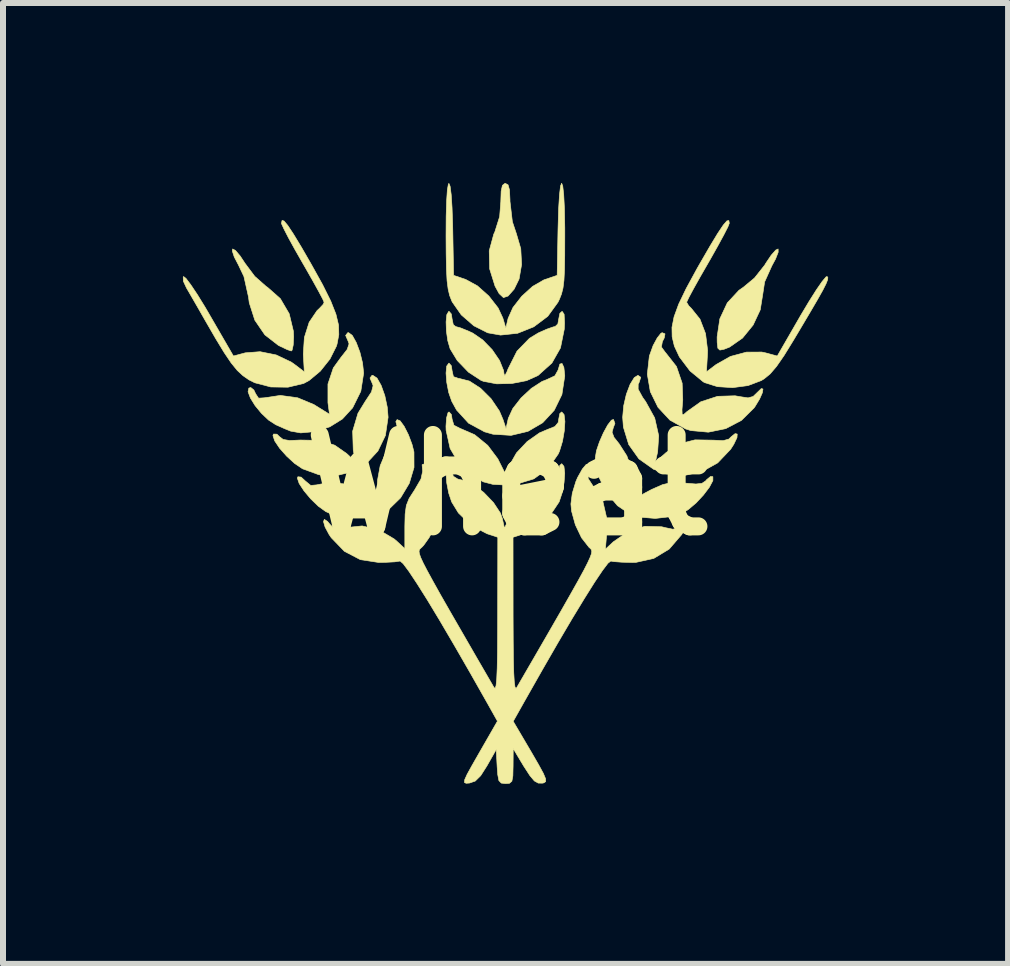
<source format=kicad_pcb>
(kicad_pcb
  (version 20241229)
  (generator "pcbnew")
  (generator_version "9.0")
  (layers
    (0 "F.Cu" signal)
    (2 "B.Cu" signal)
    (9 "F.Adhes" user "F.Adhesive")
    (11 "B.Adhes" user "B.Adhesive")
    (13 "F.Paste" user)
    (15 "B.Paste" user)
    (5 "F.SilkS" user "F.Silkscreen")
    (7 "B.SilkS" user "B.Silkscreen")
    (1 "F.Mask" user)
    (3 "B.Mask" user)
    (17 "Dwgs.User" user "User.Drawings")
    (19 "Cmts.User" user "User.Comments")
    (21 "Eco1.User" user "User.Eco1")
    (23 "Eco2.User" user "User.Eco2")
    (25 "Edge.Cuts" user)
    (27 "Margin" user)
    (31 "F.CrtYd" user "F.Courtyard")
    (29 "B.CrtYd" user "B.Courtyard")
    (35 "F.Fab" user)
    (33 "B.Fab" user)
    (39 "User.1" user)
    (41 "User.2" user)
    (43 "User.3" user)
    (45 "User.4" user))
  (footprint "Wheat"
    (layer "F.Cu")
    (at 5.402 5.037)
    (property "Reference" "Wheat" (at 0 0 0) (layer "F.SilkS") (effects (font (size 1.524 1.524) (thickness 0.3))))
    (attr through_hole)
    (fp_poly (pts (xy 0.019 -5.005) (xy 0.043 -4.921) (xy 0.051 -4.758) (xy 0.051 -4.731) (xy 0.091 -4.39) (xy 0.158 -4.19) (xy 0.231 -3.941) (xy 0.245 -3.677) (xy 0.203 -3.435) (xy 0.12 -3.265) (xy 0.019 -3.151) (xy -0.058 -3.125) (xy -0.13 -3.192) (xy -0.198 -3.316) (xy -0.288 -3.604) (xy -0.295 -3.905) (xy -0.219 -4.184) (xy -0.203 -4.216) (xy -0.121 -4.476) (xy -0.102 -4.722) (xy -0.096 -4.9) (xy -0.075 -4.996) (xy -0.035 -5.028) (xy -0.025 -5.029) (xy 0.019 -5.005)) (stroke (width 0.01) (type solid)) (fill yes) (layer "F.SilkS"))
    (fp_poly (pts (xy 4.523 -3.882) (xy 4.479 -3.769) (xy 4.417 -3.654) (xy 4.297 -3.387) (xy 4.267 -3.189) (xy 4.224 -2.921) (xy 4.105 -2.667) (xy 3.929 -2.451) (xy 3.713 -2.3) (xy 3.619 -2.263) (xy 3.551 -2.25) (xy 3.517 -2.281) (xy 3.506 -2.378) (xy 3.505 -2.47) (xy 3.55 -2.771) (xy 3.675 -3.038) (xy 3.87 -3.248) (xy 3.94 -3.296) (xy 4.128 -3.452) (xy 4.297 -3.665) (xy 4.316 -3.697) (xy 4.407 -3.832) (xy 4.483 -3.918) (xy 4.522 -3.936) (xy 4.523 -3.882)) (stroke (width 0.01) (type solid)) (fill yes) (layer "F.SilkS"))
    (fp_poly (pts (xy -4.526 -3.911) (xy -4.447 -3.818) (xy -4.367 -3.697) (xy -4.204 -3.479) (xy -4.016 -3.313) (xy -3.991 -3.296) (xy -3.778 -3.108) (xy -3.63 -2.856) (xy -3.56 -2.565) (xy -3.556 -2.473) (xy -3.563 -2.334) (xy -3.582 -2.248) (xy -3.595 -2.235) (xy -3.661 -2.257) (xy -3.777 -2.312) (xy -3.811 -2.329) (xy -4.036 -2.504) (xy -4.203 -2.748) (xy -4.296 -3.039) (xy -4.308 -3.132) (xy -4.385 -3.477) (xy -4.475 -3.666) (xy -4.546 -3.803) (xy -4.579 -3.903) (xy -4.573 -3.936) (xy -4.526 -3.911)) (stroke (width 0.01) (type solid)) (fill yes) (layer "F.SilkS"))
    (fp_poly (pts (xy 2.232 -1.796) (xy 2.202 -1.704) (xy 2.189 -1.682) (xy 2.188 -1.598) (xy 2.263 -1.461) (xy 2.314 -1.39) (xy 2.464 -1.118) (xy 2.531 -0.821) (xy 2.513 -0.553) (xy 2.476 -0.385) (xy 2.659 -0.545) (xy 2.879 -0.688) (xy 3.136 -0.753) (xy 3.443 -0.748) (xy 3.605 -0.74) (xy 3.7 -0.766) (xy 3.74 -0.805) (xy 3.805 -0.857) (xy 3.84 -0.85) (xy 3.836 -0.79) (xy 3.783 -0.679) (xy 3.73 -0.596) (xy 3.514 -0.369) (xy 3.25 -0.222) (xy 2.957 -0.159) (xy 2.655 -0.186) (xy 2.445 -0.263) (xy 2.201 -0.436) (xy 2.031 -0.675) (xy 1.942 -0.966) (xy 1.93 -1.13) (xy 1.947 -1.321) (xy 1.991 -1.512) (xy 2.054 -1.678) (xy 2.124 -1.792) (xy 2.185 -1.829) (xy 2.232 -1.796)) (stroke (width 0.01) (type solid)) (fill yes) (layer "F.SilkS"))
    (fp_poly (pts (xy -2.166 -1.783) (xy -2.097 -1.661) (xy -2.036 -1.491) (xy -1.995 -1.298) (xy -1.981 -1.13) (xy -2.026 -0.826) (xy -2.151 -0.567) (xy -2.339 -0.363) (xy -2.576 -0.223) (xy -2.846 -0.156) (xy -3.134 -0.171) (xy -3.408 -0.271) (xy -3.54 -0.36) (xy -3.673 -0.482) (xy -3.79 -0.614) (xy -3.872 -0.736) (xy -3.901 -0.825) (xy -3.891 -0.85) (xy -3.835 -0.848) (xy -3.793 -0.807) (xy -3.732 -0.76) (xy -3.624 -0.742) (xy -3.447 -0.75) (xy -3.13 -0.744) (xy -2.871 -0.664) (xy -2.672 -0.525) (xy -2.525 -0.389) (xy -2.562 -0.581) (xy -2.572 -0.898) (xy -2.483 -1.197) (xy -2.363 -1.393) (xy -2.258 -1.552) (xy -2.231 -1.656) (xy -2.24 -1.682) (xy -2.283 -1.784) (xy -2.25 -1.828) (xy -2.236 -1.829) (xy -2.166 -1.783)) (stroke (width 0.01) (type solid)) (fill yes) (layer "F.SilkS"))
    (fp_poly (pts (xy -0.927 -1.989) (xy -0.914 -1.905) (xy -0.892 -1.807) (xy -0.81 -1.778) (xy -0.8 -1.778) (xy -0.625 -1.733) (xy -0.439 -1.613) (xy -0.265 -1.44) (xy -0.126 -1.235) (xy -0.065 -1.092) (xy -0.015 -0.94) (xy 0.023 -1.112) (xy 0.098 -1.275) (xy 0.236 -1.452) (xy 0.408 -1.612) (xy 0.586 -1.727) (xy 0.661 -1.756) (xy 0.8 -1.821) (xy 0.854 -1.919) (xy 0.854 -1.919) (xy 0.883 -2.017) (xy 0.919 -2.027) (xy 0.95 -1.96) (xy 0.964 -1.828) (xy 0.964 -1.816) (xy 0.917 -1.509) (xy 0.789 -1.246) (xy 0.596 -1.038) (xy 0.351 -0.895) (xy 0.07 -0.828) (xy -0.232 -0.847) (xy -0.373 -0.887) (xy -0.639 -1.031) (xy -0.84 -1.251) (xy -0.92 -1.397) (xy -0.971 -1.544) (xy -1.003 -1.71) (xy -1.015 -1.866) (xy -1.004 -1.983) (xy -0.968 -2.032) (xy -0.965 -2.032) (xy -0.927 -1.989)) (stroke (width 0.01) (type solid)) (fill yes) (layer "F.SilkS"))
    (fp_poly (pts (xy 0.953 -1.175) (xy 0.967 -1.06) (xy 0.957 -0.903) (xy 0.927 -0.73) (xy 0.878 -0.568) (xy 0.856 -0.518) (xy 0.685 -0.273) (xy 0.449 -0.103) (xy 0.156 -0.013) (xy -0.025 0) (xy -0.233 -0.011) (xy -0.391 -0.052) (xy -0.553 -0.138) (xy -0.567 -0.147) (xy -0.795 -0.349) (xy -0.947 -0.61) (xy -1.014 -0.912) (xy -1.016 -0.981) (xy -1.006 -1.121) (xy -0.982 -1.206) (xy -0.965 -1.219) (xy -0.926 -1.176) (xy -0.914 -1.098) (xy -0.884 -0.997) (xy -0.779 -0.943) (xy -0.775 -0.942) (xy -0.538 -0.839) (xy -0.32 -0.661) (xy -0.152 -0.437) (xy -0.137 -0.407) (xy -0.016 -0.165) (xy 0.047 -0.337) (xy 0.16 -0.536) (xy 0.338 -0.725) (xy 0.544 -0.87) (xy 0.669 -0.923) (xy 0.801 -0.976) (xy 0.856 -1.044) (xy 0.864 -1.1) (xy 0.882 -1.192) (xy 0.914 -1.219) (xy 0.953 -1.175)) (stroke (width 0.01) (type solid)) (fill yes) (layer "F.SilkS"))
    (fp_poly (pts (xy 2.636 -2.521) (xy 2.623 -2.452) (xy 2.592 -2.391) (xy 2.576 -2.301) (xy 2.642 -2.21) (xy 2.649 -2.203) (xy 2.827 -1.976) (xy 2.922 -1.698) (xy 2.932 -1.418) (xy 2.919 -1.257) (xy 2.922 -1.181) (xy 2.946 -1.174) (xy 2.997 -1.219) (xy 3 -1.222) (xy 3.233 -1.388) (xy 3.512 -1.479) (xy 3.804 -1.488) (xy 3.884 -1.474) (xy 4.021 -1.453) (xy 4.106 -1.477) (xy 4.171 -1.54) (xy 4.241 -1.608) (xy 4.269 -1.601) (xy 4.259 -1.538) (xy 4.213 -1.434) (xy 4.136 -1.307) (xy 4.121 -1.286) (xy 3.911 -1.078) (xy 3.648 -0.94) (xy 3.358 -0.881) (xy 3.066 -0.908) (xy 2.98 -0.935) (xy 2.718 -1.082) (xy 2.519 -1.296) (xy 2.391 -1.557) (xy 2.341 -1.848) (xy 2.375 -2.151) (xy 2.437 -2.324) (xy 2.506 -2.452) (xy 2.567 -2.529) (xy 2.588 -2.54) (xy 2.636 -2.521)) (stroke (width 0.01) (type solid)) (fill yes) (layer "F.SilkS"))
    (fp_poly (pts (xy -2.578 -2.494) (xy -2.512 -2.376) (xy -2.451 -2.214) (xy -2.407 -2.035) (xy -2.389 -1.868) (xy -2.389 -1.865) (xy -2.436 -1.563) (xy -2.572 -1.288) (xy -2.743 -1.101) (xy -2.952 -0.971) (xy -3.196 -0.891) (xy -3.438 -0.869) (xy -3.607 -0.899) (xy -3.703 -0.938) (xy -3.837 -0.998) (xy -3.854 -1.005) (xy -3.974 -1.083) (xy -4.093 -1.196) (xy -4.199 -1.325) (xy -4.277 -1.451) (xy -4.316 -1.555) (xy -4.303 -1.616) (xy -4.271 -1.626) (xy -4.219 -1.584) (xy -4.19 -1.522) (xy -4.141 -1.448) (xy -4.047 -1.454) (xy -3.777 -1.494) (xy -3.488 -1.454) (xy -3.217 -1.341) (xy -3.203 -1.332) (xy -2.958 -1.18) (xy -2.984 -1.374) (xy -2.984 -1.684) (xy -2.894 -1.953) (xy -2.769 -2.126) (xy -2.663 -2.261) (xy -2.632 -2.353) (xy -2.644 -2.39) (xy -2.689 -2.494) (xy -2.655 -2.539) (xy -2.639 -2.54) (xy -2.578 -2.494)) (stroke (width 0.01) (type solid)) (fill yes) (layer "F.SilkS"))
    (fp_poly (pts (xy -1.78 -1.07) (xy -1.713 -0.978) (xy -1.642 -0.838) (xy -1.582 -0.678) (xy -1.55 -0.552) (xy -1.549 -0.293) (xy -1.628 -0.028) (xy -1.773 0.214) (xy -1.969 0.405) (xy -2.118 0.49) (xy -2.367 0.551) (xy -2.645 0.551) (xy -2.907 0.494) (xy -3.02 0.443) (xy -3.145 0.353) (xy -3.272 0.23) (xy -3.384 0.096) (xy -3.464 -0.026) (xy -3.494 -0.115) (xy -3.485 -0.138) (xy -3.431 -0.132) (xy -3.362 -0.068) (xy -3.271 0.007) (xy -3.175 -0.002) (xy -2.973 -0.041) (xy -2.736 -0.021) (xy -2.502 0.047) (xy -2.31 0.155) (xy -2.242 0.221) (xy -2.159 0.297) (xy -2.119 0.282) (xy -2.127 0.181) (xy -2.138 0.14) (xy -2.158 -0.077) (xy -2.113 -0.322) (xy -2.014 -0.556) (xy -1.921 -0.689) (xy -1.829 -0.807) (xy -1.804 -0.89) (xy -1.826 -0.96) (xy -1.852 -1.057) (xy -1.831 -1.091) (xy -1.78 -1.07)) (stroke (width 0.01) (type solid)) (fill yes) (layer "F.SilkS"))
    (fp_poly (pts (xy 0.954 -2.847) (xy 0.961 -2.701) (xy 0.956 -2.596) (xy 0.893 -2.286) (xy 0.75 -2.034) (xy 0.52 -1.827) (xy 0.519 -1.826) (xy 0.327 -1.74) (xy 0.083 -1.693) (xy -0.17 -1.687) (xy -0.389 -1.728) (xy -0.432 -1.745) (xy -0.641 -1.882) (xy -0.828 -2.076) (xy -0.947 -2.272) (xy -0.986 -2.406) (xy -1.009 -2.566) (xy -1.014 -2.721) (xy -1.002 -2.841) (xy -0.97 -2.895) (xy -0.965 -2.896) (xy -0.927 -2.852) (xy -0.914 -2.769) (xy -0.894 -2.673) (xy -0.854 -2.642) (xy -0.776 -2.621) (xy -0.645 -2.568) (xy -0.569 -2.533) (xy -0.403 -2.419) (xy -0.246 -2.257) (xy -0.123 -2.077) (xy -0.055 -1.908) (xy -0.049 -1.857) (xy -0.035 -1.822) (xy -0.001 -1.884) (xy 0.019 -1.936) (xy 0.168 -2.232) (xy 0.377 -2.447) (xy 0.524 -2.536) (xy 0.666 -2.599) (xy 0.775 -2.637) (xy 0.803 -2.642) (xy 0.849 -2.685) (xy 0.864 -2.769) (xy 0.883 -2.864) (xy 0.921 -2.896) (xy 0.954 -2.847)) (stroke (width 0.01) (type solid)) (fill yes) (layer "F.SilkS"))
    (fp_poly (pts (xy 1.801 -1.026) (xy 1.775 -0.96) (xy 1.753 -0.88) (xy 1.786 -0.794) (xy 1.87 -0.689) (xy 2 -0.486) (xy 2.083 -0.244) (xy 2.108 -0.003) (xy 2.087 0.14) (xy 2.065 0.258) (xy 2.085 0.305) (xy 2.086 0.305) (xy 2.133 0.267) (xy 2.134 0.258) (xy 2.176 0.212) (xy 2.285 0.142) (xy 2.415 0.073) (xy 2.594 -0.006) (xy 2.738 -0.04) (xy 2.897 -0.04) (xy 2.98 -0.031) (xy 3.151 -0.017) (xy 3.252 -0.028) (xy 3.314 -0.069) (xy 3.329 -0.088) (xy 3.396 -0.143) (xy 3.434 -0.139) (xy 3.434 -0.074) (xy 3.376 0.036) (xy 3.276 0.168) (xy 3.154 0.299) (xy 3.026 0.407) (xy 2.97 0.443) (xy 2.744 0.526) (xy 2.475 0.557) (xy 2.21 0.535) (xy 2.056 0.488) (xy 1.844 0.345) (xy 1.664 0.131) (xy 1.536 -0.126) (xy 1.476 -0.397) (xy 1.474 -0.457) (xy 1.493 -0.572) (xy 1.543 -0.719) (xy 1.609 -0.87) (xy 1.68 -1) (xy 1.742 -1.081) (xy 1.777 -1.093) (xy 1.801 -1.026)) (stroke (width 0.01) (type solid)) (fill yes) (layer "F.SilkS"))
    (fp_poly (pts (xy 0.931 -4.984) (xy 0.947 -4.843) (xy 0.959 -4.61) (xy 0.965 -4.288) (xy 0.965 -4.151) (xy 0.964 -3.827) (xy 0.96 -3.587) (xy 0.951 -3.412) (xy 0.935 -3.284) (xy 0.91 -3.185) (xy 0.875 -3.096) (xy 0.851 -3.047) (xy 0.681 -2.813) (xy 0.448 -2.638) (xy 0.178 -2.53) (xy -0.106 -2.5) (xy -0.321 -2.538) (xy -0.552 -2.655) (xy -0.761 -2.837) (xy -0.91 -3.05) (xy -0.919 -3.068) (xy -0.955 -3.16) (xy -0.98 -3.267) (xy -0.998 -3.407) (xy -1.008 -3.598) (xy -1.013 -3.857) (xy -1.015 -4.153) (xy -1.013 -4.48) (xy -1.005 -4.74) (xy -0.993 -4.922) (xy -0.976 -5.017) (xy -0.967 -5.029) (xy -0.947 -4.981) (xy -0.929 -4.843) (xy -0.915 -4.63) (xy -0.905 -4.355) (xy -0.903 -4.262) (xy -0.889 -3.496) (xy -0.686 -3.427) (xy -0.492 -3.321) (xy -0.302 -3.152) (xy -0.147 -2.953) (xy -0.068 -2.784) (xy -0.018 -2.616) (xy 0.02 -2.779) (xy 0.101 -2.96) (xy 0.247 -3.147) (xy 0.427 -3.311) (xy 0.614 -3.419) (xy 0.635 -3.427) (xy 0.838 -3.496) (xy 0.852 -4.262) (xy 0.862 -4.603) (xy 0.877 -4.843) (xy 0.894 -4.986) (xy 0.913 -5.032) (xy 0.931 -4.984)) (stroke (width 0.01) (type solid)) (fill yes) (layer "F.SilkS"))
    (fp_poly (pts (xy -3.716 -4.402) (xy -3.654 -4.328) (xy -3.559 -4.184) (xy -3.425 -3.963) (xy -3.263 -3.682) (xy -3.074 -3.342) (xy -2.938 -3.069) (xy -2.851 -2.849) (xy -2.807 -2.666) (xy -2.803 -2.506) (xy -2.832 -2.351) (xy -2.844 -2.313) (xy -2.951 -2.1) (xy -3.112 -1.898) (xy -3.298 -1.743) (xy -3.388 -1.694) (xy -3.651 -1.631) (xy -3.937 -1.635) (xy -4.204 -1.705) (xy -4.3 -1.753) (xy -4.4 -1.822) (xy -4.496 -1.911) (xy -4.597 -2.035) (xy -4.713 -2.207) (xy -4.856 -2.442) (xy -5.03 -2.743) (xy -5.143 -2.941) (xy -5.249 -3.125) (xy -5.329 -3.263) (xy -5.342 -3.285) (xy -5.395 -3.399) (xy -5.397 -3.47) (xy -5.391 -3.476) (xy -5.351 -3.445) (xy -5.271 -3.339) (xy -5.16 -3.173) (xy -5.03 -2.962) (xy -4.952 -2.828) (xy -4.56 -2.151) (xy -4.363 -2.204) (xy -4.115 -2.223) (xy -3.847 -2.169) (xy -3.596 -2.05) (xy -3.538 -2.009) (xy -3.378 -1.887) (xy -3.395 -2.182) (xy -3.377 -2.461) (xy -3.297 -2.714) (xy -3.165 -2.909) (xy -3.128 -2.943) (xy -3.062 -3.014) (xy -3.048 -3.047) (xy -3.072 -3.103) (xy -3.139 -3.229) (xy -3.238 -3.408) (xy -3.361 -3.624) (xy -3.404 -3.698) (xy -3.533 -3.924) (xy -3.641 -4.12) (xy -3.718 -4.27) (xy -3.757 -4.355) (xy -3.759 -4.365) (xy -3.749 -4.412) (xy -3.716 -4.402)) (stroke (width 0.01) (type solid)) (fill yes) (layer "F.SilkS"))
    (fp_poly (pts (xy 3.708 -4.365) (xy 3.684 -4.303) (xy 3.617 -4.172) (xy 3.517 -3.988) (xy 3.394 -3.769) (xy 3.353 -3.698) (xy 3.224 -3.474) (xy 3.116 -3.281) (xy 3.038 -3.136) (xy 3 -3.056) (xy 2.997 -3.047) (xy 3.032 -2.988) (xy 3.077 -2.943) (xy 3.219 -2.766) (xy 3.312 -2.524) (xy 3.346 -2.248) (xy 3.344 -2.182) (xy 3.327 -1.887) (xy 3.488 -2.009) (xy 3.727 -2.144) (xy 3.994 -2.216) (xy 4.25 -2.217) (xy 4.311 -2.204) (xy 4.508 -2.151) (xy 4.899 -2.829) (xy 5.037 -3.06) (xy 5.159 -3.253) (xy 5.257 -3.395) (xy 5.321 -3.47) (xy 5.338 -3.477) (xy 5.351 -3.459) (xy 5.347 -3.421) (xy 5.32 -3.354) (xy 5.266 -3.247) (xy 5.177 -3.089) (xy 5.049 -2.87) (xy 4.877 -2.58) (xy 4.778 -2.414) (xy 4.621 -2.159) (xy 4.496 -1.978) (xy 4.39 -1.854) (xy 4.289 -1.771) (xy 4.242 -1.742) (xy 4.02 -1.658) (xy 3.764 -1.624) (xy 3.511 -1.64) (xy 3.3 -1.706) (xy 3.274 -1.72) (xy 3.053 -1.902) (xy 2.876 -2.136) (xy 2.792 -2.316) (xy 2.755 -2.471) (xy 2.752 -2.629) (xy 2.787 -2.805) (xy 2.864 -3.016) (xy 2.989 -3.276) (xy 3.166 -3.601) (xy 3.212 -3.682) (xy 3.385 -3.981) (xy 3.515 -4.196) (xy 3.608 -4.335) (xy 3.668 -4.404) (xy 3.7 -4.41) (xy 3.708 -4.365)) (stroke (width 0.01) (type solid)) (fill yes) (layer "F.SilkS"))
    (fp_poly (pts (xy 0.951 -0.311) (xy 0.964 -0.198) (xy 0.953 -0.043) (xy 0.923 0.124) (xy 0.873 0.274) (xy 0.87 0.282) (xy 0.705 0.529) (xy 0.474 0.722) (xy 0.281 0.812) (xy 0.102 0.871) (xy 0.103 2.176) (xy 0.105 2.585) (xy 0.108 2.9) (xy 0.114 3.13) (xy 0.123 3.283) (xy 0.135 3.368) (xy 0.151 3.391) (xy 0.163 3.378) (xy 0.454 2.876) (xy 0.698 2.454) (xy 0.899 2.105) (xy 1.06 1.822) (xy 1.186 1.598) (xy 1.28 1.426) (xy 1.346 1.297) (xy 1.388 1.205) (xy 1.41 1.143) (xy 1.415 1.102) (xy 1.407 1.076) (xy 1.39 1.057) (xy 1.368 1.038) (xy 1.244 0.879) (xy 1.141 0.663) (xy 1.078 0.435) (xy 1.067 0.316) (xy 1.09 0.138) (xy 1.15 -0.059) (xy 1.179 -0.126) (xy 1.258 -0.267) (xy 1.322 -0.343) (xy 1.359 -0.345) (xy 1.36 -0.268) (xy 1.351 -0.231) (xy 1.355 -0.108) (xy 1.439 0.021) (xy 1.445 0.027) (xy 1.598 0.266) (xy 1.666 0.561) (xy 1.665 0.795) (xy 1.642 1.07) (xy 1.774 0.947) (xy 2.025 0.774) (xy 2.3 0.688) (xy 2.581 0.696) (xy 2.642 0.711) (xy 2.768 0.737) (xy 2.845 0.714) (xy 2.901 0.654) (xy 2.972 0.58) (xy 3.005 0.584) (xy 2.999 0.649) (xy 2.953 0.759) (xy 2.915 0.825) (xy 2.706 1.068) (xy 2.448 1.224) (xy 2.15 1.29) (xy 2.089 1.291) (xy 1.918 1.287) (xy 1.783 1.277) (xy 1.732 1.268) (xy 1.685 1.304) (xy 1.594 1.424) (xy 1.461 1.622) (xy 1.291 1.893) (xy 1.086 2.23) (xy 0.851 2.629) (xy 0.589 3.084) (xy 0.303 3.588) (xy 0.277 3.634) (xy 0.105 3.94) (xy 0.403 4.446) (xy 0.529 4.664) (xy 0.608 4.809) (xy 0.645 4.898) (xy 0.646 4.945) (xy 0.616 4.966) (xy 0.592 4.971) (xy 0.523 4.97) (xy 0.458 4.934) (xy 0.383 4.845) (xy 0.281 4.688) (xy 0.226 4.597) (xy 0.105 4.394) (xy 0.103 4.686) (xy 0.099 4.851) (xy 0.083 4.938) (xy 0.043 4.973) (xy -0.023 4.978) (xy -0.094 4.97) (xy -0.134 4.928) (xy -0.153 4.829) (xy -0.163 4.694) (xy -0.178 4.41) (xy -0.332 4.681) (xy -0.437 4.846) (xy -0.528 4.936) (xy -0.623 4.969) (xy -0.68 4.973) (xy -0.708 4.96) (xy -0.704 4.914) (xy -0.663 4.823) (xy -0.579 4.671) (xy -0.459 4.461) (xy -0.158 3.937) (xy -0.329 3.632) (xy -0.617 3.124) (xy -0.881 2.666) (xy -1.118 2.262) (xy -1.325 1.919) (xy -1.499 1.643) (xy -1.635 1.438) (xy -1.73 1.311) (xy -1.781 1.267) (xy -1.783 1.268) (xy -1.871 1.281) (xy -2.022 1.289) (xy -2.14 1.291) (xy -2.444 1.244) (xy -2.71 1.105) (xy -2.929 0.878) (xy -2.965 0.825) (xy -3.032 0.7) (xy -3.058 0.61) (xy -3.044 0.573) (xy -2.992 0.606) (xy -2.952 0.654) (xy -2.883 0.723) (xy -2.799 0.736) (xy -2.693 0.711) (xy -2.414 0.682) (xy -2.136 0.747) (xy -1.88 0.899) (xy -1.829 0.943) (xy -1.702 1.061) (xy -1.702 0.687) (xy -1.697 0.483) (xy -1.677 0.341) (xy -1.631 0.225) (xy -1.548 0.096) (xy -1.54 0.084) (xy -1.433 -0.1) (xy -1.404 -0.233) (xy -1.407 -0.25) (xy -1.414 -0.339) (xy -1.38 -0.351) (xy -1.32 -0.296) (xy -1.249 -0.181) (xy -1.242 -0.165) (xy -1.142 0.145) (xy -1.133 0.45) (xy -1.214 0.727) (xy -1.299 0.88) (xy -1.387 1.004) (xy -1.419 1.038) (xy -1.441 1.057) (xy -1.458 1.076) (xy -1.465 1.103) (xy -1.46 1.144) (xy -1.438 1.208) (xy -1.395 1.301) (xy -1.328 1.43) (xy -1.233 1.604) (xy -1.107 1.83) (xy -0.944 2.115) (xy -0.742 2.465) (xy -0.497 2.89) (xy -0.214 3.378) (xy -0.196 3.389) (xy -0.181 3.344) (xy -0.17 3.235) (xy -0.162 3.054) (xy -0.157 2.792) (xy -0.155 2.443) (xy -0.154 2.176) (xy -0.152 0.871) (xy -0.331 0.812) (xy -0.593 0.676) (xy -0.809 0.465) (xy -0.921 0.282) (xy -0.971 0.133) (xy -1.003 -0.034) (xy -1.015 -0.19) (xy -1.004 -0.307) (xy -0.968 -0.355) (xy -0.965 -0.356) (xy -0.926 -0.312) (xy -0.914 -0.234) (xy -0.895 -0.147) (xy -0.818 -0.099) (xy -0.732 -0.079) (xy -0.565 -0.009) (xy -0.386 0.124) (xy -0.224 0.293) (xy -0.109 0.467) (xy -0.077 0.556) (xy -0.041 0.72) (xy 0.076 0.468) (xy 0.229 0.226) (xy 0.431 0.04) (xy 0.657 -0.071) (xy 0.703 -0.082) (xy 0.819 -0.123) (xy 0.861 -0.198) (xy 0.864 -0.235) (xy 0.882 -0.327) (xy 0.914 -0.356) (xy 0.951 -0.311)) (stroke (width 0.01) (type solid)) (fill yes) (layer "F.SilkS")))
  (gr_rect
    (start -3 -3)
    (end 13.758 13.021)
    (stroke (width 0.1) (type default))
    (fill no)
    (layer "Edge.Cuts")))
</source>
